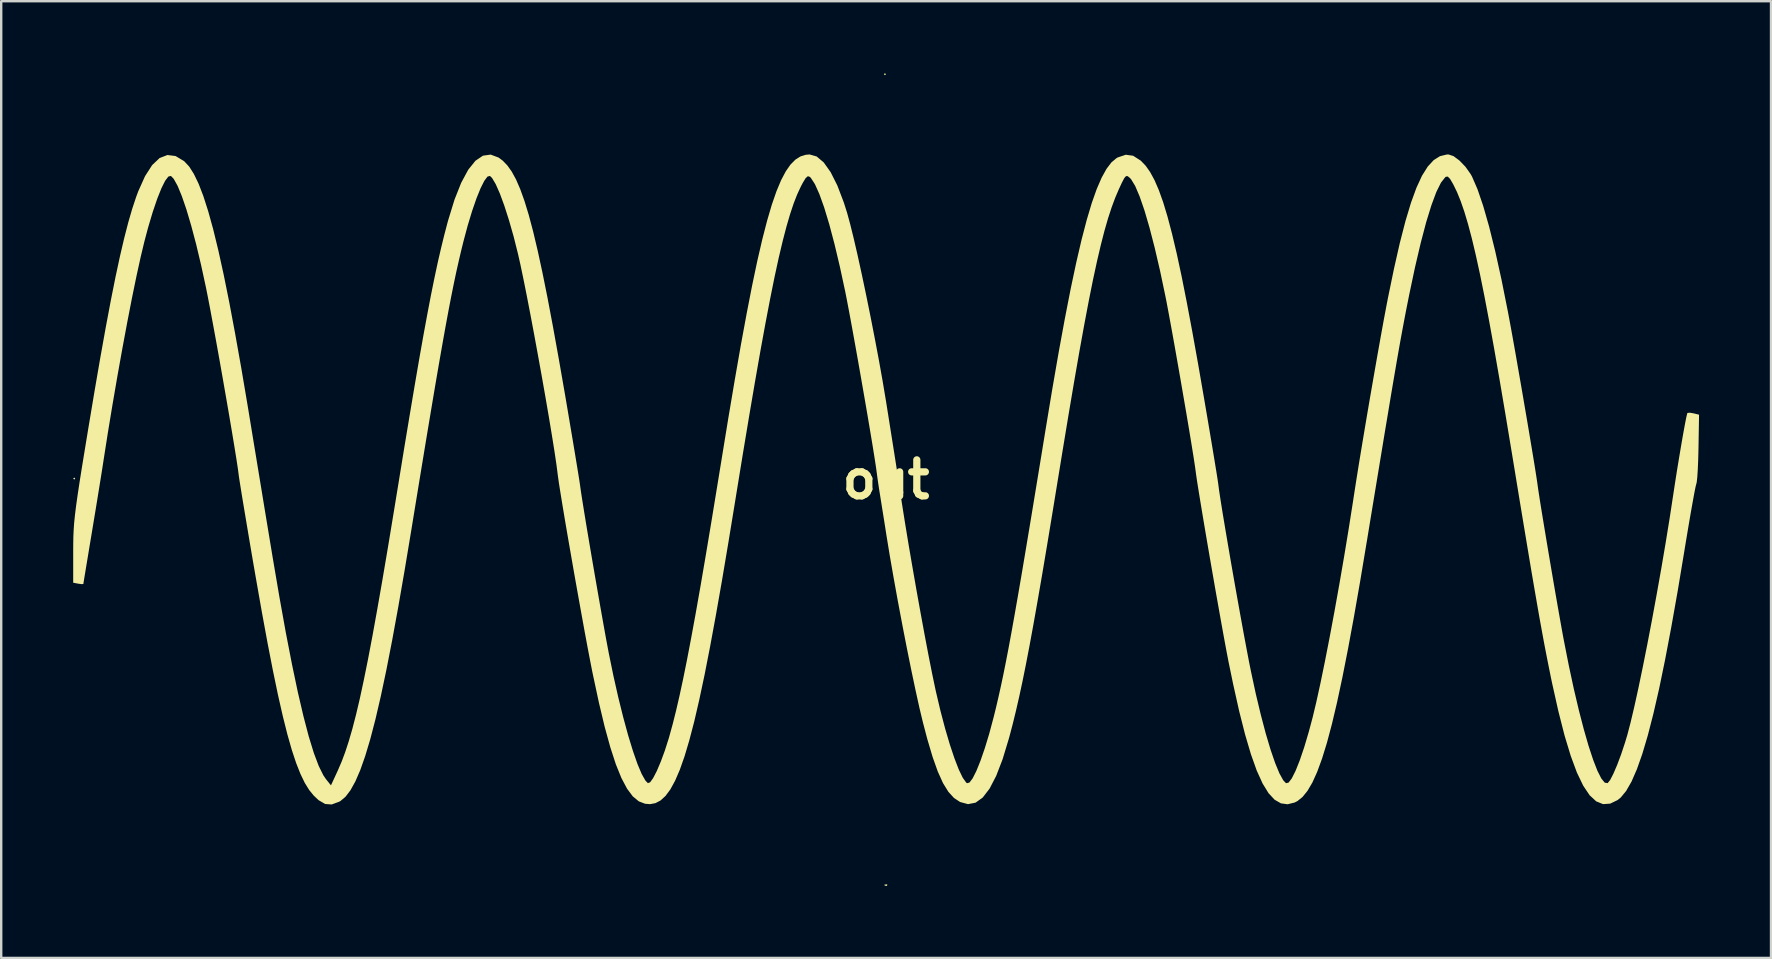
<source format=kicad_pcb>
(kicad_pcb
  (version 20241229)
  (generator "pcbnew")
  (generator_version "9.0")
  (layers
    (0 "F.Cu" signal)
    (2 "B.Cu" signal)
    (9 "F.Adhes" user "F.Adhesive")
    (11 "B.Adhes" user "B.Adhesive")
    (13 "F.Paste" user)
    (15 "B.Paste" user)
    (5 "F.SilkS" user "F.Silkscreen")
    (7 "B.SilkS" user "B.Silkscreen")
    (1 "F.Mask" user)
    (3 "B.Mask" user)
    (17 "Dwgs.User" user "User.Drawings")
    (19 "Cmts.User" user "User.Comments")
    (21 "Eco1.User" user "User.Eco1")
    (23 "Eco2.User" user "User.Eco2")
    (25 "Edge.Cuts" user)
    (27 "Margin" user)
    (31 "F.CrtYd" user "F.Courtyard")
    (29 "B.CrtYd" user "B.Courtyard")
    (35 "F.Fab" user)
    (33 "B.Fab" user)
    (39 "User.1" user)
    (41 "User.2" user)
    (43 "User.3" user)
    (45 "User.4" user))
  (footprint "out"
    (layer "F.Cu")
    (at 33.867 16.933)
    (property "Reference" "out" (at 0 0 0) (layer "F.SilkS") (effects (font (size 1.5 1.5) (thickness 0.3))))
    (attr board_only exclude_from_pos_files exclude_from_bom)
    (fp_poly (pts (xy -33.782 -0.042) (xy -33.824 0) (xy -33.867 -0.042) (xy -33.824 -0.085)) (stroke (width 0) (type solid)) (fill yes) (layer "F.SilkS"))
    (fp_poly (pts (xy 0 -16.891) (xy -0.042 -16.849) (xy -0.085 -16.891) (xy -0.042 -16.933)) (stroke (width 0) (type solid)) (fill yes) (layer "F.SilkS"))
    (fp_poly (pts (xy 0.056 16.877) (xy 0.045 16.927) (xy 0 16.933) (xy -0.07 16.902) (xy -0.056 16.877) (xy 0.044 16.867)) (stroke (width 0) (type solid)) (fill yes) (layer "F.SilkS"))
    (fp_poly (pts (xy 23.648 -13.478) (xy 23.896 -13.295) (xy 24.147 -13.034) (xy 24.362 -12.731) (xy 24.422 -12.623) (xy 24.65 -12.096) (xy 24.887 -11.401) (xy 25.133 -10.541) (xy 25.387 -9.518) (xy 25.649 -8.332) (xy 25.918 -6.986) (xy 25.95 -6.816) (xy 26.031 -6.381) (xy 26.129 -5.839) (xy 26.24 -5.215) (xy 26.359 -4.532) (xy 26.484 -3.816) (xy 26.608 -3.09) (xy 26.73 -2.378) (xy 26.843 -1.704) (xy 26.945 -1.094) (xy 27.031 -0.571) (xy 27.096 -0.159) (xy 27.138 0.118) (xy 27.145 0.169) (xy 27.181 0.425) (xy 27.242 0.821) (xy 27.324 1.332) (xy 27.423 1.933) (xy 27.533 2.596) (xy 27.651 3.297) (xy 27.772 4.01) (xy 27.892 4.709) (xy 28.007 5.367) (xy 28.112 5.96) (xy 28.202 6.46) (xy 28.245 6.689) (xy 28.451 7.735) (xy 28.66 8.709) (xy 28.87 9.601) (xy 29.077 10.4) (xy 29.277 11.096) (xy 29.468 11.677) (xy 29.646 12.134) (xy 29.808 12.455) (xy 29.951 12.63) (xy 30.071 12.649) (xy 30.073 12.648) (xy 30.176 12.52) (xy 30.311 12.258) (xy 30.468 11.893) (xy 30.633 11.453) (xy 30.794 10.967) (xy 30.89 10.649) (xy 31.025 10.135) (xy 31.181 9.476) (xy 31.353 8.693) (xy 31.537 7.809) (xy 31.729 6.846) (xy 31.924 5.826) (xy 32.118 4.771) (xy 32.308 3.702) (xy 32.488 2.643) (xy 32.655 1.616) (xy 32.804 0.641) (xy 32.805 0.635) (xy 32.883 0.124) (xy 32.968 -0.415) (xy 33.057 -0.956) (xy 33.144 -1.472) (xy 33.225 -1.936) (xy 33.296 -2.323) (xy 33.352 -2.605) (xy 33.389 -2.757) (xy 33.396 -2.775) (xy 33.498 -2.786) (xy 33.658 -2.758) (xy 33.881 -2.703) (xy 33.858 -1.33) (xy 33.846 -0.857) (xy 33.829 -0.439) (xy 33.808 -0.106) (xy 33.784 0.109) (xy 33.77 0.169) (xy 33.74 0.282) (xy 33.688 0.54) (xy 33.618 0.923) (xy 33.531 1.411) (xy 33.434 1.981) (xy 33.328 2.613) (xy 33.271 2.963) (xy 32.992 4.638) (xy 32.724 6.15) (xy 32.467 7.503) (xy 32.22 8.703) (xy 31.979 9.754) (xy 31.745 10.663) (xy 31.516 11.434) (xy 31.29 12.073) (xy 31.067 12.585) (xy 30.844 12.974) (xy 30.62 13.247) (xy 30.489 13.354) (xy 30.177 13.504) (xy 29.88 13.524) (xy 29.595 13.408) (xy 29.321 13.154) (xy 29.054 12.756) (xy 28.792 12.211) (xy 28.534 11.514) (xy 28.276 10.662) (xy 28.018 9.649) (xy 27.755 8.472) (xy 27.701 8.212) (xy 27.612 7.771) (xy 27.524 7.327) (xy 27.435 6.867) (xy 27.344 6.375) (xy 27.246 5.838) (xy 27.141 5.241) (xy 27.025 4.57) (xy 26.895 3.811) (xy 26.751 2.949) (xy 26.588 1.97) (xy 26.404 0.86) (xy 26.198 -0.396) (xy 26.082 -1.101) (xy 25.815 -2.71) (xy 25.569 -4.161) (xy 25.342 -5.463) (xy 25.131 -6.624) (xy 24.935 -7.655) (xy 24.751 -8.564) (xy 24.577 -9.36) (xy 24.412 -10.053) (xy 24.253 -10.652) (xy 24.099 -11.167) (xy 23.947 -11.606) (xy 23.796 -11.979) (xy 23.642 -12.294) (xy 23.641 -12.297) (xy 23.507 -12.527) (xy 23.411 -12.625) (xy 23.327 -12.615) (xy 23.306 -12.599) (xy 23.127 -12.373) (xy 22.933 -11.981) (xy 22.728 -11.429) (xy 22.51 -10.721) (xy 22.283 -9.859) (xy 22.046 -8.849) (xy 21.802 -7.695) (xy 21.686 -7.112) (xy 21.623 -6.786) (xy 21.563 -6.469) (xy 21.503 -6.148) (xy 21.441 -5.811) (xy 21.376 -5.445) (xy 21.304 -5.038) (xy 21.225 -4.577) (xy 21.135 -4.051) (xy 21.033 -3.445) (xy 20.917 -2.748) (xy 20.783 -1.947) (xy 20.632 -1.03) (xy 20.459 0.017) (xy 20.263 1.204) (xy 20.043 2.545) (xy 20.029 2.625) (xy 19.755 4.266) (xy 19.496 5.745) (xy 19.251 7.071) (xy 19.018 8.249) (xy 18.796 9.287) (xy 18.582 10.192) (xy 18.374 10.972) (xy 18.17 11.632) (xy 17.969 12.18) (xy 17.769 12.624) (xy 17.566 12.969) (xy 17.361 13.224) (xy 17.149 13.396) (xy 17.03 13.457) (xy 16.736 13.53) (xy 16.459 13.492) (xy 16.194 13.34) (xy 15.94 13.065) (xy 15.693 12.662) (xy 15.45 12.126) (xy 15.209 11.449) (xy 14.966 10.627) (xy 14.719 9.652) (xy 14.466 8.519) (xy 14.272 7.578) (xy 14.195 7.178) (xy 14.099 6.661) (xy 13.988 6.05) (xy 13.866 5.367) (xy 13.736 4.635) (xy 13.604 3.877) (xy 13.472 3.116) (xy 13.345 2.375) (xy 13.227 1.676) (xy 13.122 1.044) (xy 13.033 0.5) (xy 12.964 0.067) (xy 12.92 -0.232) (xy 12.91 -0.311) (xy 12.875 -0.563) (xy 12.815 -0.958) (xy 12.732 -1.471) (xy 12.632 -2.078) (xy 12.518 -2.755) (xy 12.394 -3.476) (xy 12.266 -4.219) (xy 12.136 -4.959) (xy 12.01 -5.672) (xy 11.891 -6.332) (xy 11.783 -6.917) (xy 11.692 -7.402) (xy 11.642 -7.653) (xy 11.419 -8.712) (xy 11.197 -9.665) (xy 10.98 -10.504) (xy 10.771 -11.218) (xy 10.571 -11.797) (xy 10.386 -12.232) (xy 10.216 -12.512) (xy 10.159 -12.574) (xy 10.073 -12.642) (xy 10.005 -12.646) (xy 9.931 -12.562) (xy 9.829 -12.367) (xy 9.705 -12.099) (xy 9.553 -11.743) (xy 9.404 -11.343) (xy 9.255 -10.887) (xy 9.105 -10.366) (xy 8.952 -9.771) (xy 8.793 -9.091) (xy 8.626 -8.318) (xy 8.45 -7.44) (xy 8.262 -6.449) (xy 8.06 -5.335) (xy 7.843 -4.088) (xy 7.608 -2.698) (xy 7.353 -1.156) (xy 7.199 -0.212) (xy 6.948 1.322) (xy 6.72 2.702) (xy 6.512 3.938) (xy 6.321 5.044) (xy 6.146 6.032) (xy 5.984 6.914) (xy 5.832 7.704) (xy 5.689 8.412) (xy 5.551 9.052) (xy 5.417 9.637) (xy 5.285 10.177) (xy 5.151 10.687) (xy 5.122 10.791) (xy 4.861 11.652) (xy 4.594 12.346) (xy 4.318 12.878) (xy 4.033 13.249) (xy 3.734 13.464) (xy 3.42 13.525) (xy 3.09 13.436) (xy 2.836 13.269) (xy 2.601 13.011) (xy 2.377 12.648) (xy 2.16 12.168) (xy 1.943 11.556) (xy 1.719 10.8) (xy 1.535 10.098) (xy 1.391 9.495) (xy 1.228 8.756) (xy 1.05 7.91) (xy 0.864 6.988) (xy 0.676 6.021) (xy 0.491 5.039) (xy 0.316 4.072) (xy 0.156 3.152) (xy 0.018 2.309) (xy -0.012 2.117) (xy -0.067 1.765) (xy -0.137 1.328) (xy -0.207 0.891) (xy -0.221 0.804) (xy -0.282 0.423) (xy -0.335 0.07) (xy -0.372 -0.197) (xy -0.38 -0.259) (xy -0.415 -0.514) (xy -0.476 -0.912) (xy -0.559 -1.429) (xy -0.661 -2.041) (xy -0.776 -2.723) (xy -0.902 -3.453) (xy -1.033 -4.205) (xy -1.165 -4.957) (xy -1.295 -5.684) (xy -1.418 -6.362) (xy -1.53 -6.968) (xy -1.627 -7.478) (xy -1.697 -7.832) (xy -1.922 -8.878) (xy -2.145 -9.817) (xy -2.363 -10.64) (xy -2.574 -11.337) (xy -2.775 -11.897) (xy -2.961 -12.312) (xy -3.131 -12.572) (xy -3.179 -12.618) (xy -3.256 -12.64) (xy -3.346 -12.561) (xy -3.469 -12.359) (xy -3.554 -12.195) (xy -3.701 -11.877) (xy -3.848 -11.5) (xy -3.996 -11.055) (xy -4.148 -10.535) (xy -4.305 -9.93) (xy -4.47 -9.234) (xy -4.643 -8.436) (xy -4.826 -7.53) (xy -5.022 -6.507) (xy -5.232 -5.357) (xy -5.457 -4.075) (xy -5.7 -2.649) (xy -5.962 -1.074) (xy -6.245 0.661) (xy -6.268 0.804) (xy -6.559 2.582) (xy -6.831 4.197) (xy -7.088 5.658) (xy -7.33 6.97) (xy -7.559 8.14) (xy -7.779 9.175) (xy -7.989 10.082) (xy -8.194 10.866) (xy -8.393 11.534) (xy -8.59 12.093) (xy -8.787 12.55) (xy -8.984 12.911) (xy -9.185 13.182) (xy -9.391 13.371) (xy -9.604 13.483) (xy -9.826 13.525) (xy -10.037 13.509) (xy -10.299 13.408) (xy -10.549 13.201) (xy -10.789 12.88) (xy -11.023 12.437) (xy -11.255 11.865) (xy -11.486 11.155) (xy -11.721 10.301) (xy -11.961 9.295) (xy -12.211 8.128) (xy -12.24 7.989) (xy -12.33 7.529) (xy -12.439 6.959) (xy -12.561 6.302) (xy -12.692 5.579) (xy -12.83 4.814) (xy -12.97 4.029) (xy -13.107 3.245) (xy -13.239 2.487) (xy -13.361 1.776) (xy -13.468 1.135) (xy -13.558 0.585) (xy -13.627 0.151) (xy -13.669 -0.147) (xy -13.677 -0.208) (xy -13.729 -0.613) (xy -13.81 -1.159) (xy -13.916 -1.822) (xy -14.041 -2.576) (xy -14.182 -3.397) (xy -14.334 -4.261) (xy -14.493 -5.141) (xy -14.653 -6.013) (xy -14.811 -6.854) (xy -14.962 -7.637) (xy -15.102 -8.337) (xy -15.226 -8.931) (xy -15.33 -9.394) (xy -15.331 -9.398) (xy -15.517 -10.137) (xy -15.711 -10.816) (xy -15.904 -11.418) (xy -16.09 -11.923) (xy -16.262 -12.312) (xy -16.414 -12.567) (xy -16.501 -12.652) (xy -16.604 -12.625) (xy -16.736 -12.449) (xy -16.891 -12.141) (xy -17.063 -11.717) (xy -17.244 -11.193) (xy -17.428 -10.587) (xy -17.606 -9.922) (xy -17.707 -9.511) (xy -17.806 -9.087) (xy -17.907 -8.638) (xy -18.009 -8.154) (xy -18.116 -7.622) (xy -18.23 -7.032) (xy -18.352 -6.372) (xy -18.485 -5.63) (xy -18.631 -4.796) (xy -18.792 -3.858) (xy -18.969 -2.804) (xy -19.166 -1.624) (xy -19.383 -0.306) (xy -19.624 1.162) (xy -19.77 2.058) (xy -20.054 3.765) (xy -20.322 5.309) (xy -20.576 6.698) (xy -20.818 7.937) (xy -21.05 9.032) (xy -21.273 9.991) (xy -21.489 10.819) (xy -21.7 11.523) (xy -21.906 12.108) (xy -22.111 12.581) (xy -22.315 12.949) (xy -22.521 13.218) (xy -22.729 13.393) (xy -22.782 13.423) (xy -23.094 13.538) (xy -23.367 13.519) (xy -23.641 13.36) (xy -23.839 13.174) (xy -24.03 12.941) (xy -24.215 12.643) (xy -24.396 12.269) (xy -24.577 11.812) (xy -24.759 11.262) (xy -24.944 10.611) (xy -25.135 9.849) (xy -25.335 8.968) (xy -25.545 7.958) (xy -25.768 6.811) (xy -26.006 5.518) (xy -26.261 4.069) (xy -26.38 3.381) (xy -26.505 2.647) (xy -26.621 1.955) (xy -26.727 1.325) (xy -26.818 0.778) (xy -26.89 0.333) (xy -26.941 0.011) (xy -26.968 -0.168) (xy -26.969 -0.183) (xy -27.003 -0.441) (xy -27.064 -0.843) (xy -27.148 -1.364) (xy -27.25 -1.981) (xy -27.367 -2.672) (xy -27.495 -3.413) (xy -27.629 -4.181) (xy -27.765 -4.952) (xy -27.9 -5.703) (xy -28.03 -6.411) (xy -28.149 -7.052) (xy -28.255 -7.604) (xy -28.333 -7.994) (xy -28.536 -8.933) (xy -28.742 -9.798) (xy -28.948 -10.575) (xy -29.148 -11.251) (xy -29.34 -11.811) (xy -29.518 -12.242) (xy -29.679 -12.531) (xy -29.794 -12.652) (xy -29.9 -12.627) (xy -30.035 -12.451) (xy -30.192 -12.136) (xy -30.367 -11.697) (xy -30.553 -11.149) (xy -30.745 -10.504) (xy -30.904 -9.906) (xy -31.059 -9.258) (xy -31.233 -8.465) (xy -31.421 -7.55) (xy -31.618 -6.536) (xy -31.821 -5.446) (xy -32.026 -4.302) (xy -32.228 -3.128) (xy -32.423 -1.947) (xy -32.606 -0.78) (xy -32.628 -0.635) (xy -32.68 -0.303) (xy -32.754 0.158) (xy -32.844 0.714) (xy -32.944 1.326) (xy -33.049 1.958) (xy -33.1 2.267) (xy -33.195 2.835) (xy -33.279 3.345) (xy -33.35 3.774) (xy -33.404 4.1) (xy -33.436 4.298) (xy -33.443 4.351) (xy -33.514 4.358) (xy -33.655 4.339) (xy -33.867 4.298) (xy -33.867 2.988) (xy -33.865 2.668) (xy -33.86 2.375) (xy -33.847 2.09) (xy -33.826 1.793) (xy -33.792 1.465) (xy -33.745 1.085) (xy -33.681 0.634) (xy -33.599 0.092) (xy -33.495 -0.561) (xy -33.367 -1.343) (xy -33.235 -2.146) (xy -32.975 -3.7) (xy -32.734 -5.096) (xy -32.51 -6.344) (xy -32.301 -7.454) (xy -32.105 -8.436) (xy -31.919 -9.301) (xy -31.742 -10.058) (xy -31.572 -10.717) (xy -31.406 -11.288) (xy -31.242 -11.782) (xy -31.157 -12.01) (xy -30.874 -12.641) (xy -30.577 -13.104) (xy -30.266 -13.398) (xy -29.94 -13.524) (xy -29.601 -13.481) (xy -29.249 -13.27) (xy -29.234 -13.257) (xy -29.035 -13.044) (xy -28.839 -12.736) (xy -28.642 -12.328) (xy -28.443 -11.811) (xy -28.241 -11.18) (xy -28.033 -10.428) (xy -27.819 -9.549) (xy -27.596 -8.536) (xy -27.363 -7.383) (xy -27.119 -6.082) (xy -26.86 -4.629) (xy -26.587 -3.015) (xy -26.502 -2.498) (xy -26.361 -1.64) (xy -26.207 -0.704) (xy -26.047 0.265) (xy -25.89 1.222) (xy -25.741 2.121) (xy -25.609 2.918) (xy -25.56 3.217) (xy -25.278 4.872) (xy -25.01 6.361) (xy -24.753 7.685) (xy -24.509 8.848) (xy -24.275 9.852) (xy -24.053 10.7) (xy -23.84 11.393) (xy -23.636 11.934) (xy -23.442 12.326) (xy -23.329 12.49) (xy -23.126 12.742) (xy -22.833 12.107) (xy -22.681 11.753) (xy -22.532 11.355) (xy -22.384 10.902) (xy -22.234 10.385) (xy -22.081 9.795) (xy -21.922 9.12) (xy -21.757 8.353) (xy -21.581 7.482) (xy -21.394 6.498) (xy -21.194 5.392) (xy -20.977 4.153) (xy -20.743 2.772) (xy -20.49 1.239) (xy -20.322 0.212) (xy -20.072 -1.322) (xy -19.843 -2.7) (xy -19.635 -3.936) (xy -19.445 -5.042) (xy -19.27 -6.029) (xy -19.107 -6.912) (xy -18.956 -7.702) (xy -18.812 -8.411) (xy -18.675 -9.052) (xy -18.54 -9.638) (xy -18.407 -10.181) (xy -18.273 -10.693) (xy -18.245 -10.795) (xy -17.979 -11.662) (xy -17.699 -12.367) (xy -17.408 -12.908) (xy -17.105 -13.285) (xy -16.793 -13.496) (xy -16.471 -13.541) (xy -16.14 -13.417) (xy -15.963 -13.284) (xy -15.775 -13.088) (xy -15.593 -12.832) (xy -15.415 -12.506) (xy -15.24 -12.103) (xy -15.064 -11.613) (xy -14.885 -11.028) (xy -14.702 -10.339) (xy -14.512 -9.538) (xy -14.312 -8.615) (xy -14.1 -7.562) (xy -13.875 -6.37) (xy -13.633 -5.03) (xy -13.372 -3.534) (xy -13.282 -3.006) (xy -13.164 -2.305) (xy -13.053 -1.647) (xy -12.954 -1.053) (xy -12.87 -0.543) (xy -12.804 -0.14) (xy -12.761 0.136) (xy -12.744 0.254) (xy -12.712 0.485) (xy -12.654 0.859) (xy -12.575 1.351) (xy -12.479 1.937) (xy -12.369 2.592) (xy -12.25 3.292) (xy -12.126 4.014) (xy -12.001 4.732) (xy -11.88 5.422) (xy -11.766 6.061) (xy -11.665 6.623) (xy -11.578 7.085) (xy -11.549 7.239) (xy -11.355 8.184) (xy -11.153 9.079) (xy -10.947 9.908) (xy -10.743 10.657) (xy -10.543 11.31) (xy -10.354 11.852) (xy -10.179 12.268) (xy -10.023 12.543) (xy -9.92 12.649) (xy -9.828 12.615) (xy -9.702 12.44) (xy -9.55 12.147) (xy -9.385 11.759) (xy -9.215 11.298) (xy -9.052 10.787) (xy -9.023 10.686) (xy -8.885 10.186) (xy -8.745 9.627) (xy -8.6 8.999) (xy -8.448 8.292) (xy -8.287 7.495) (xy -8.116 6.599) (xy -7.931 5.593) (xy -7.732 4.466) (xy -7.517 3.209) (xy -7.283 1.811) (xy -7.029 0.262) (xy -6.855 -0.804) (xy -6.567 -2.568) (xy -6.297 -4.17) (xy -6.044 -5.618) (xy -5.804 -6.919) (xy -5.578 -8.079) (xy -5.362 -9.105) (xy -5.154 -10.005) (xy -4.953 -10.784) (xy -4.757 -11.451) (xy -4.563 -12.012) (xy -4.37 -12.473) (xy -4.175 -12.842) (xy -3.977 -13.126) (xy -3.773 -13.331) (xy -3.562 -13.465) (xy -3.342 -13.533) (xy -3.182 -13.547) (xy -2.888 -13.463) (xy -2.594 -13.216) (xy -2.305 -12.81) (xy -2.025 -12.252) (xy -1.756 -11.547) (xy -1.616 -11.105) (xy -1.491 -10.646) (xy -1.343 -10.047) (xy -1.178 -9.332) (xy -1.002 -8.529) (xy -0.82 -7.663) (xy -0.637 -6.761) (xy -0.459 -5.848) (xy -0.29 -4.951) (xy -0.137 -4.095) (xy -0.005 -3.308) (xy 0.01 -3.217) (xy 0.164 -2.246) (xy 0.294 -1.426) (xy 0.399 -0.761) (xy 0.479 -0.253) (xy 0.532 0.093) (xy 0.556 0.254) (xy 0.658 0.946) (xy 0.786 1.754) (xy 0.933 2.648) (xy 1.095 3.596) (xy 1.265 4.569) (xy 1.439 5.536) (xy 1.61 6.465) (xy 1.774 7.327) (xy 1.925 8.089) (xy 2.057 8.722) (xy 2.085 8.848) (xy 2.271 9.637) (xy 2.465 10.373) (xy 2.661 11.038) (xy 2.853 11.613) (xy 3.034 12.082) (xy 3.199 12.424) (xy 3.342 12.624) (xy 3.378 12.652) (xy 3.481 12.625) (xy 3.613 12.449) (xy 3.768 12.141) (xy 3.939 11.717) (xy 4.12 11.193) (xy 4.304 10.587) (xy 4.482 9.922) (xy 4.584 9.511) (xy 4.683 9.087) (xy 4.783 8.638) (xy 4.886 8.154) (xy 4.993 7.622) (xy 5.107 7.032) (xy 5.229 6.372) (xy 5.362 5.63) (xy 5.508 4.796) (xy 5.669 3.858) (xy 5.846 2.804) (xy 6.043 1.624) (xy 6.26 0.306) (xy 6.501 -1.162) (xy 6.647 -2.058) (xy 6.93 -3.765) (xy 7.198 -5.309) (xy 7.453 -6.698) (xy 7.695 -7.937) (xy 7.927 -9.032) (xy 8.15 -9.991) (xy 8.366 -10.819) (xy 8.576 -11.523) (xy 8.783 -12.108) (xy 8.988 -12.581) (xy 9.192 -12.949) (xy 9.397 -13.218) (xy 9.606 -13.393) (xy 9.659 -13.423) (xy 9.994 -13.535) (xy 10.3 -13.493) (xy 10.613 -13.292) (xy 10.628 -13.279) (xy 10.822 -13.077) (xy 11.008 -12.813) (xy 11.19 -12.478) (xy 11.37 -12.063) (xy 11.55 -11.56) (xy 11.732 -10.958) (xy 11.919 -10.25) (xy 12.114 -9.427) (xy 12.318 -8.479) (xy 12.533 -7.398) (xy 12.763 -6.175) (xy 13.01 -4.801) (xy 13.256 -3.381) (xy 13.381 -2.647) (xy 13.498 -1.955) (xy 13.604 -1.325) (xy 13.694 -0.778) (xy 13.767 -0.333) (xy 13.818 -0.011) (xy 13.844 0.168) (xy 13.846 0.183) (xy 13.88 0.441) (xy 13.941 0.843) (xy 14.024 1.364) (xy 14.127 1.981) (xy 14.244 2.672) (xy 14.371 3.413) (xy 14.505 4.181) (xy 14.642 4.952) (xy 14.777 5.703) (xy 14.906 6.411) (xy 15.026 7.052) (xy 15.131 7.604) (xy 15.21 7.994) (xy 15.412 8.933) (xy 15.619 9.798) (xy 15.824 10.575) (xy 16.025 11.251) (xy 16.217 11.811) (xy 16.395 12.242) (xy 16.555 12.531) (xy 16.67 12.652) (xy 16.777 12.627) (xy 16.911 12.451) (xy 17.069 12.136) (xy 17.244 11.697) (xy 17.43 11.149) (xy 17.621 10.504) (xy 17.781 9.906) (xy 17.934 9.265) (xy 18.106 8.481) (xy 18.292 7.575) (xy 18.488 6.572) (xy 18.689 5.496) (xy 18.891 4.369) (xy 19.09 3.216) (xy 19.281 2.059) (xy 19.46 0.924) (xy 19.504 0.635) (xy 19.6 0.019) (xy 19.718 -0.716) (xy 19.854 -1.539) (xy 20.002 -2.422) (xy 20.157 -3.333) (xy 20.315 -4.244) (xy 20.469 -5.124) (xy 20.615 -5.944) (xy 20.748 -6.675) (xy 20.863 -7.285) (xy 20.92 -7.578) (xy 21.172 -8.799) (xy 21.413 -9.861) (xy 21.647 -10.769) (xy 21.877 -11.534) (xy 22.106 -12.162) (xy 22.337 -12.662) (xy 22.576 -13.042) (xy 22.823 -13.31) (xy 23.084 -13.475) (xy 23.362 -13.543) (xy 23.441 -13.547)) (stroke (width 0) (type solid)) (fill yes) (layer "F.SilkS")))
  (gr_rect
    (start -3 -3)
    (end 70.747 36.867)
    (stroke (width 0.1) (type default))
    (fill no)
    (layer "Edge.Cuts")))
</source>
